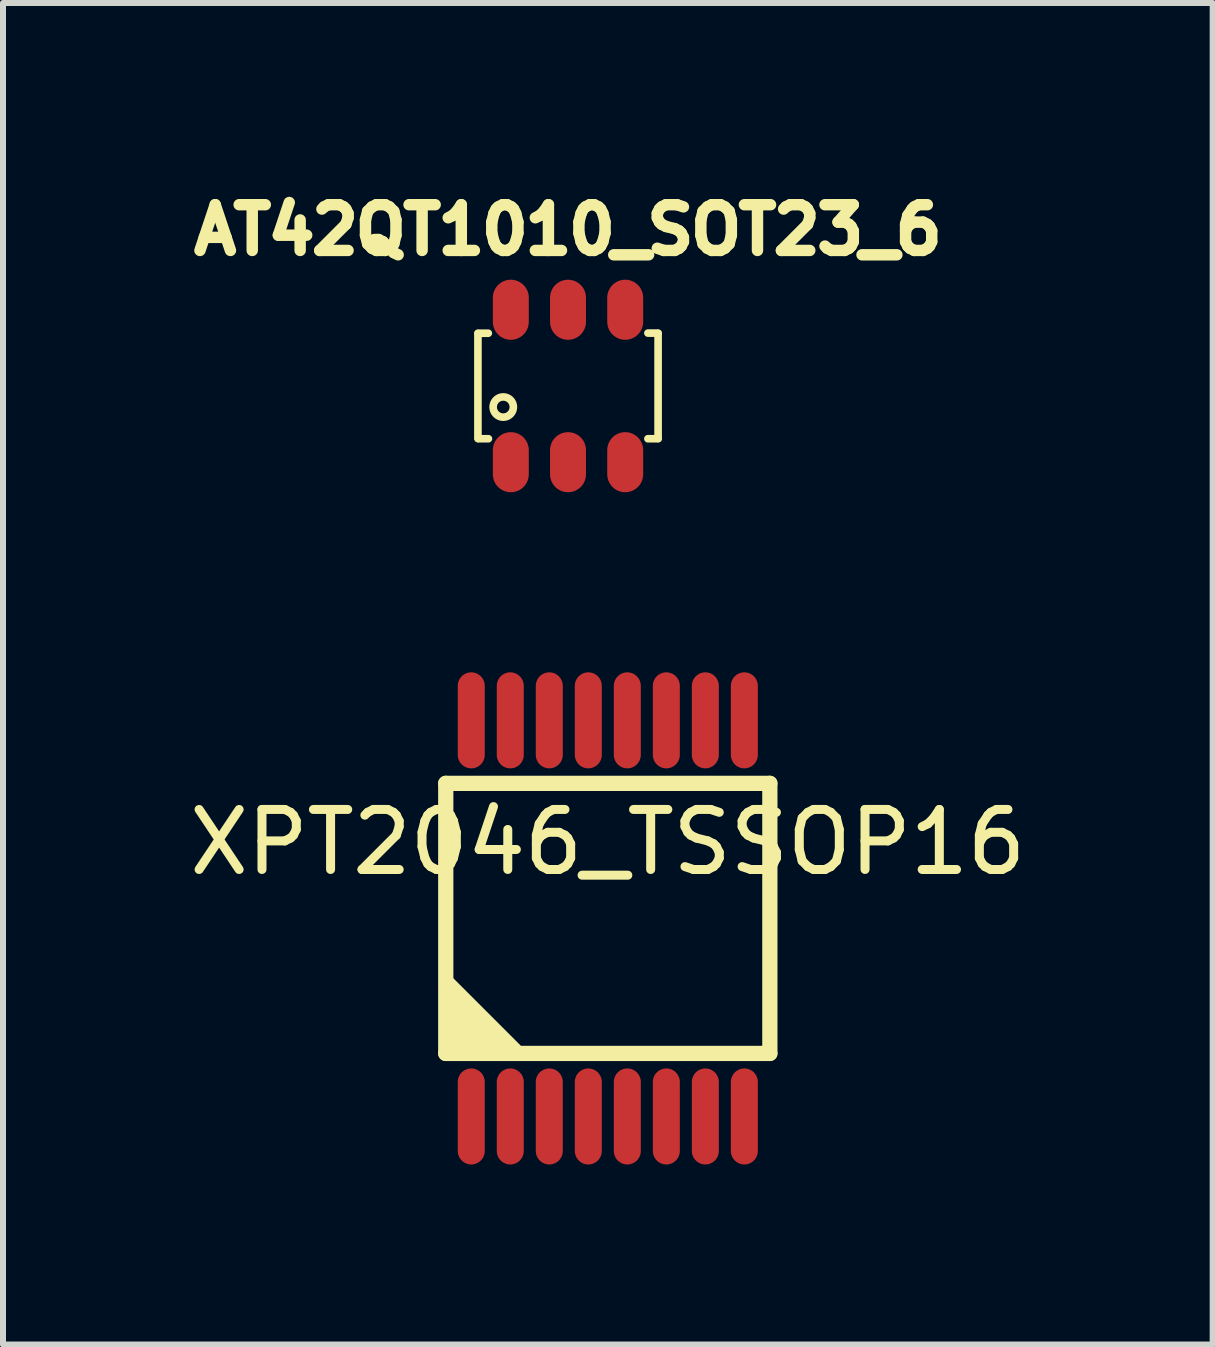
<source format=kicad_pcb>
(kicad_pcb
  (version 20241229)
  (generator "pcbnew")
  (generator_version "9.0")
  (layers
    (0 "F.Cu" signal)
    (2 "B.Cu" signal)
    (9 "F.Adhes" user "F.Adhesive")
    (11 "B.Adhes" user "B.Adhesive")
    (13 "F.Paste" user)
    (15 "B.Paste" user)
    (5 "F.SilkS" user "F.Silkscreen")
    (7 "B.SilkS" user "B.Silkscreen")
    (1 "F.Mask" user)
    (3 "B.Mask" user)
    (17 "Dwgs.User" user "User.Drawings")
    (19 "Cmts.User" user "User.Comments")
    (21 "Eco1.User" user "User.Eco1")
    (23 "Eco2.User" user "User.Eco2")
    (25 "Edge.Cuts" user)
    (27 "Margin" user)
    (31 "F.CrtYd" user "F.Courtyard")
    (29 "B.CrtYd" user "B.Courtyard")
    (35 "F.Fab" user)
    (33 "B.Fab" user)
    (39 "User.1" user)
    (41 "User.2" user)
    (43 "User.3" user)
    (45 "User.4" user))
  (footprint "XPT2046_TSSOP16"
    (layer "F.Cu")
    (at 7.077 12.252)
    (property "Reference" "XPT2046_TSSOP16" (at 0 -1.27 0) (layer "F.SilkS") (effects (font (size 1 1) (thickness 0.15))))
    (attr smd)
    (fp_line (start -2.7 -2.25) (end -2.7 2.25) (stroke (width 0.254) (type solid)) (layer "F.SilkS"))
    (fp_line (start -2.7 2.25) (end 2.7 2.25) (stroke (width 0.254) (type solid)) (layer "F.SilkS"))
    (fp_line (start -2.65 1.1) (end -1.55 2.2) (stroke (width 0.254) (type solid)) (layer "F.SilkS"))
    (fp_line (start -2.65 1.3) (end -1.75 2.2) (stroke (width 0.254) (type solid)) (layer "F.SilkS"))
    (fp_line (start -2.65 1.5) (end -1.95 2.2) (stroke (width 0.254) (type solid)) (layer "F.SilkS"))
    (fp_line (start -2.65 1.7) (end -2.15 2.2) (stroke (width 0.254) (type solid)) (layer "F.SilkS"))
    (fp_line (start -2.65 1.9) (end -2.35 2.2) (stroke (width 0.254) (type solid)) (layer "F.SilkS"))
    (fp_line (start 2.7 -2.25) (end -2.7 -2.25) (stroke (width 0.254) (type solid)) (layer "F.SilkS"))
    (fp_line (start 2.7 2.25) (end 2.7 -2.25) (stroke (width 0.254) (type solid)) (layer "F.SilkS"))
    (pad "1" smd oval (at -2.275 3.3) (size 0.45 1.6) (layers "F.Cu" "F.Mask" "F.Paste"))
    (pad "2" smd oval (at -1.625 3.3) (size 0.45 1.6) (layers "F.Cu" "F.Mask" "F.Paste"))
    (pad "3" smd oval (at -0.975 3.3) (size 0.45 1.6) (layers "F.Cu" "F.Mask" "F.Paste"))
    (pad "4" smd oval (at -0.325 3.3) (size 0.45 1.6) (layers "F.Cu" "F.Mask" "F.Paste"))
    (pad "5" smd oval (at 0.325 3.3) (size 0.45 1.6) (layers "F.Cu" "F.Mask" "F.Paste"))
    (pad "6" smd oval (at 0.975 3.3) (size 0.45 1.6) (layers "F.Cu" "F.Mask" "F.Paste"))
    (pad "7" smd oval (at 1.625 3.3) (size 0.45 1.6) (layers "F.Cu" "F.Mask" "F.Paste"))
    (pad "8" smd oval (at 2.275 3.3) (size 0.45 1.6) (layers "F.Cu" "F.Mask" "F.Paste"))
    (pad "9" smd oval (at 2.275 -3.3) (size 0.45 1.6) (layers "F.Cu" "F.Mask" "F.Paste"))
    (pad "10" smd oval (at 1.625 -3.3) (size 0.45 1.6) (layers "F.Cu" "F.Mask" "F.Paste"))
    (pad "11" smd oval (at 0.975 -3.3) (size 0.45 1.6) (layers "F.Cu" "F.Mask" "F.Paste"))
    (pad "12" smd oval (at 0.325 -3.3) (size 0.45 1.6) (layers "F.Cu" "F.Mask" "F.Paste"))
    (pad "13" smd oval (at -0.325 -3.3) (size 0.45 1.6) (layers "F.Cu" "F.Mask" "F.Paste"))
    (pad "14" smd oval (at -0.975 -3.3) (size 0.45 1.6) (layers "F.Cu" "F.Mask" "F.Paste"))
    (pad "15" smd oval (at -1.625 -3.3) (size 0.45 1.6) (layers "F.Cu" "F.Mask" "F.Paste"))
    (pad "16" smd oval (at -2.275 -3.3) (size 0.45 1.6) (layers "F.Cu" "F.Mask" "F.Paste")))
  (footprint "AT42QT1010_SOT23_6"
    (layer "F.Cu")
    (at 6.414 3.381)
    (property "Reference" "AT42QT1010_SOT23_6" (at 0 -2.601 0) (layer "F.SilkS") (effects (font (size 0.762 0.762) (thickness 0.191))))
    (attr through_hole)
    (fp_line (start -1.501 -0.874) (end -1.501 0.874) (stroke (width 0.127) (type solid)) (layer "F.SilkS"))
    (fp_line (start -1.328 -0.879) (end -1.499 -0.879) (stroke (width 0.127) (type solid)) (layer "F.SilkS"))
    (fp_line (start -1.326 0.879) (end -1.496 0.879) (stroke (width 0.127) (type solid)) (layer "F.SilkS"))
    (fp_line (start 1.501 -0.881) (end 1.331 -0.881) (stroke (width 0.127) (type solid)) (layer "F.SilkS"))
    (fp_line (start 1.501 -0.874) (end 1.501 0.874) (stroke (width 0.127) (type solid)) (layer "F.SilkS"))
    (fp_line (start 1.501 0.879) (end 1.331 0.879) (stroke (width 0.127) (type solid)) (layer "F.SilkS"))
    (fp_circle (center -1.079 0.351) (end -0.95 0.46) (stroke (width 0.127) (type solid)) (fill no) (layer "F.SilkS"))
    (pad "1" smd oval (at -0.953 1.27) (size 0.599 1.001) (layers "F.Cu" "F.Mask" "F.Paste"))
    (pad "2" smd oval (at 0 1.27) (size 0.599 1.001) (layers "F.Cu" "F.Mask" "F.Paste"))
    (pad "3" smd oval (at 0.953 1.27) (size 0.599 1.001) (layers "F.Cu" "F.Mask" "F.Paste"))
    (pad "4" smd oval (at 0.953 -1.27) (size 0.599 1.001) (layers "F.Cu" "F.Mask" "F.Paste"))
    (pad "5" smd oval (at 0 -1.27) (size 0.599 1.001) (layers "F.Cu" "F.Mask" "F.Paste"))
    (pad "6" smd oval (at -0.953 -1.27) (size 0.599 1.001) (layers "F.Cu" "F.Mask" "F.Paste")))
  (gr_rect
    (start -3 -3)
    (end 17.155 19.352)
    (stroke (width 0.1) (type default))
    (fill no)
    (layer "Edge.Cuts")))
</source>
